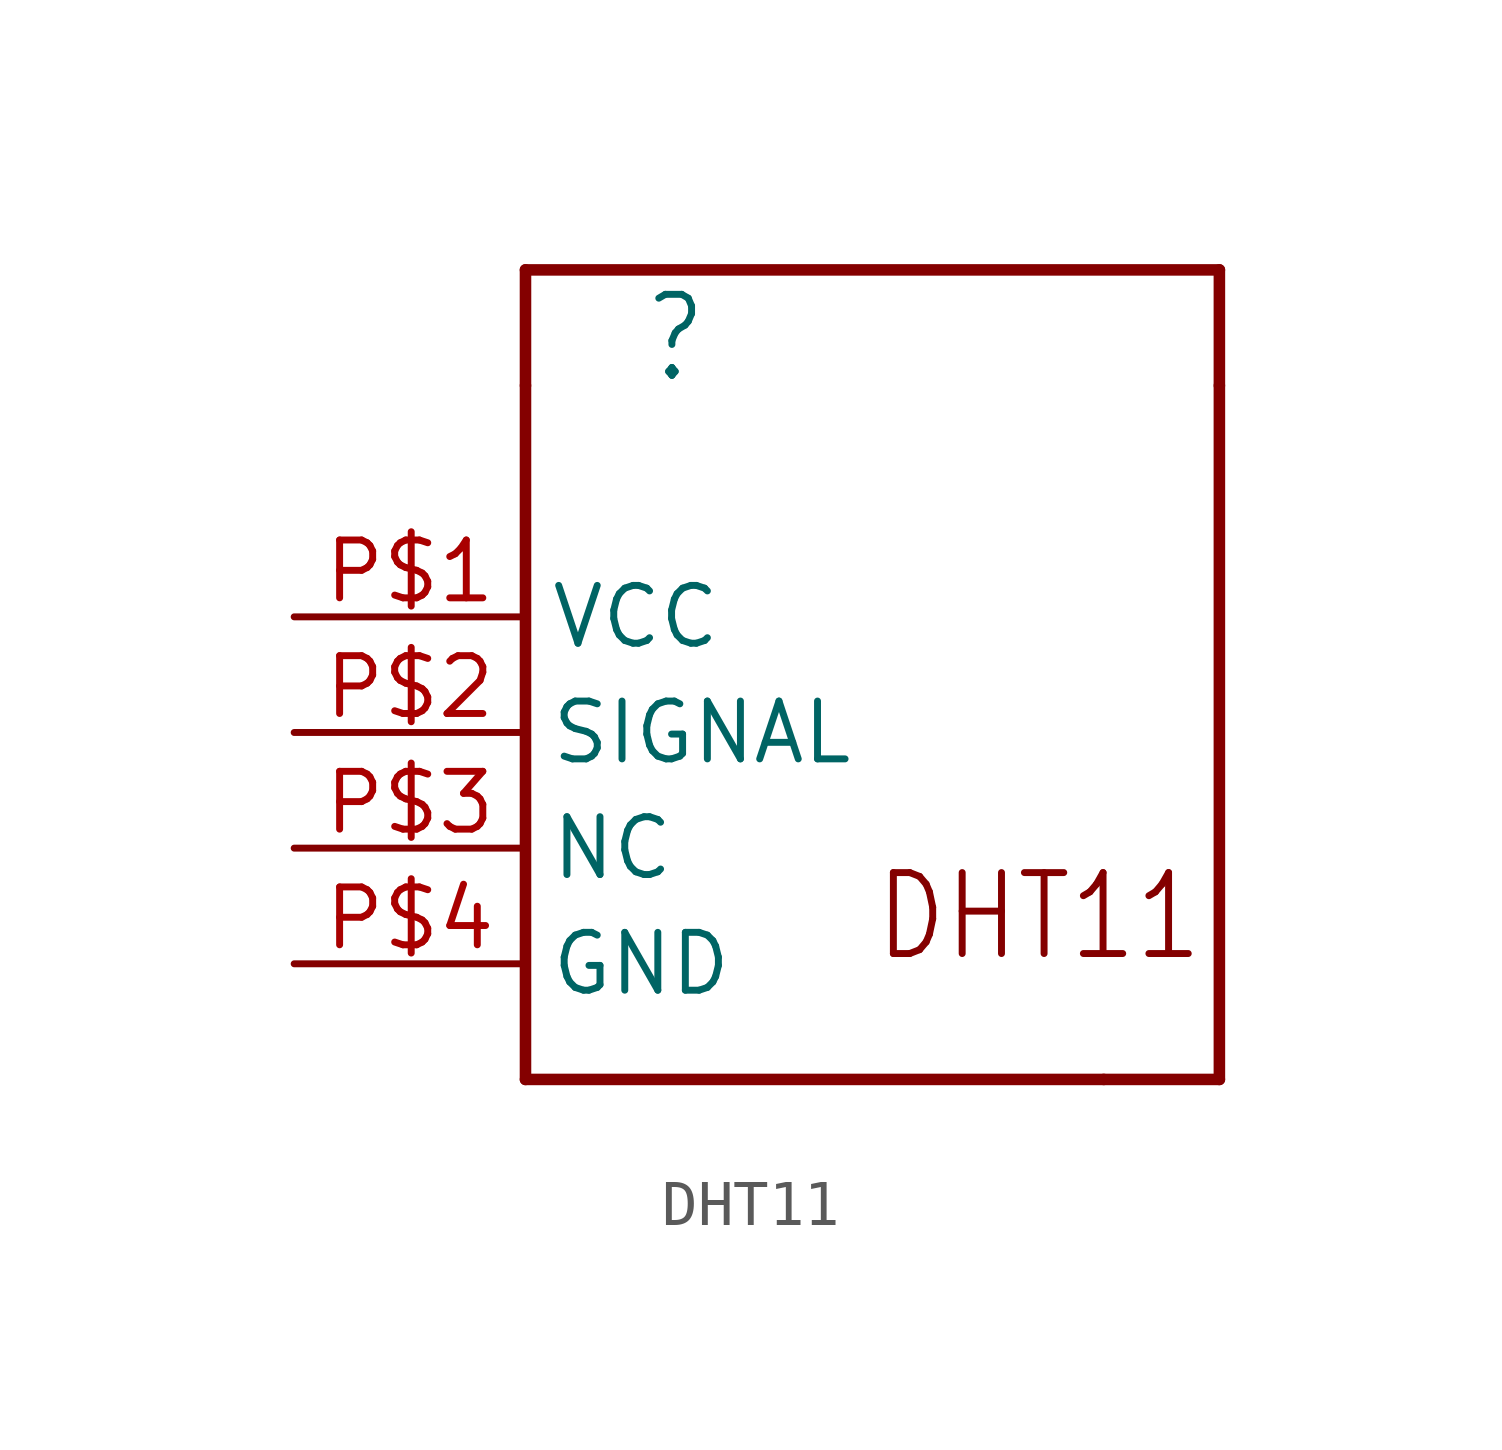
<source format=kicad_sym>
(kicad_symbol_lib
  (version 20211014)
  (generator kicad_symbol_editor)
  (symbol "DHT11"
    (property "Reference" ""
      (at 0 10.16 0)
      (effects (font (size 1.778 1.511)) (justify left bottom)))
    (property "ki_locked" ""
      (at 0 0 0)
      (effects (font (size 1.27 1.27))))
    (symbol "DHT11_1_0"
      (polyline (pts (xy -2.54 -5.08) (xy 10.16 -5.08)) (stroke (width 0.254) (type default) (color 0 0 0 0)) (fill (type none)))
      (polyline (pts (xy -2.54 10.16) (xy -2.54 -5.08)) (stroke (width 0.254) (type default) (color 0 0 0 0)) (fill (type none)))
      (polyline (pts (xy -2.54 12.7) (xy -2.54 10.16)) (stroke (width 0.254) (type default) (color 0 0 0 0)) (fill (type none)))
      (polyline (pts (xy 10.16 -5.08) (xy 12.7 -5.08)) (stroke (width 0.254) (type default) (color 0 0 0 0)) (fill (type none)))
      (polyline (pts (xy 12.7 -5.08) (xy 12.7 10.16)) (stroke (width 0.254) (type default) (color 0 0 0 0)) (fill (type none)))
      (polyline (pts (xy 12.7 10.16) (xy 12.7 12.7)) (stroke (width 0.254) (type default) (color 0 0 0 0)) (fill (type none)))
      (polyline (pts (xy 12.7 12.7) (xy -2.54 12.7)) (stroke (width 0.254) (type default) (color 0 0 0 0)) (fill (type none)))
      (text "DHT11" (at 5.08 -2.54 0) (effects (font (size 1.778 1.511)) (justify left bottom)))
      (pin bidirectional line (at -7.62 5.08 0) (length 5.08) (name "VCC" (effects (font (size 1.27 1.27)))) (number "P$1" (effects (font (size 1.27 1.27)))))
      (pin bidirectional line (at -7.62 2.54 0) (length 5.08) (name "SIGNAL" (effects (font (size 1.27 1.27)))) (number "P$2" (effects (font (size 1.27 1.27)))))
      (pin bidirectional line (at -7.62 0 0) (length 5.08) (name "NC" (effects (font (size 1.27 1.27)))) (number "P$3" (effects (font (size 1.27 1.27)))))
      (pin bidirectional line (at -7.62 -2.54 0) (length 5.08) (name "GND" (effects (font (size 1.27 1.27)))) (number "P$4" (effects (font (size 1.27 1.27))))))))
</source>
